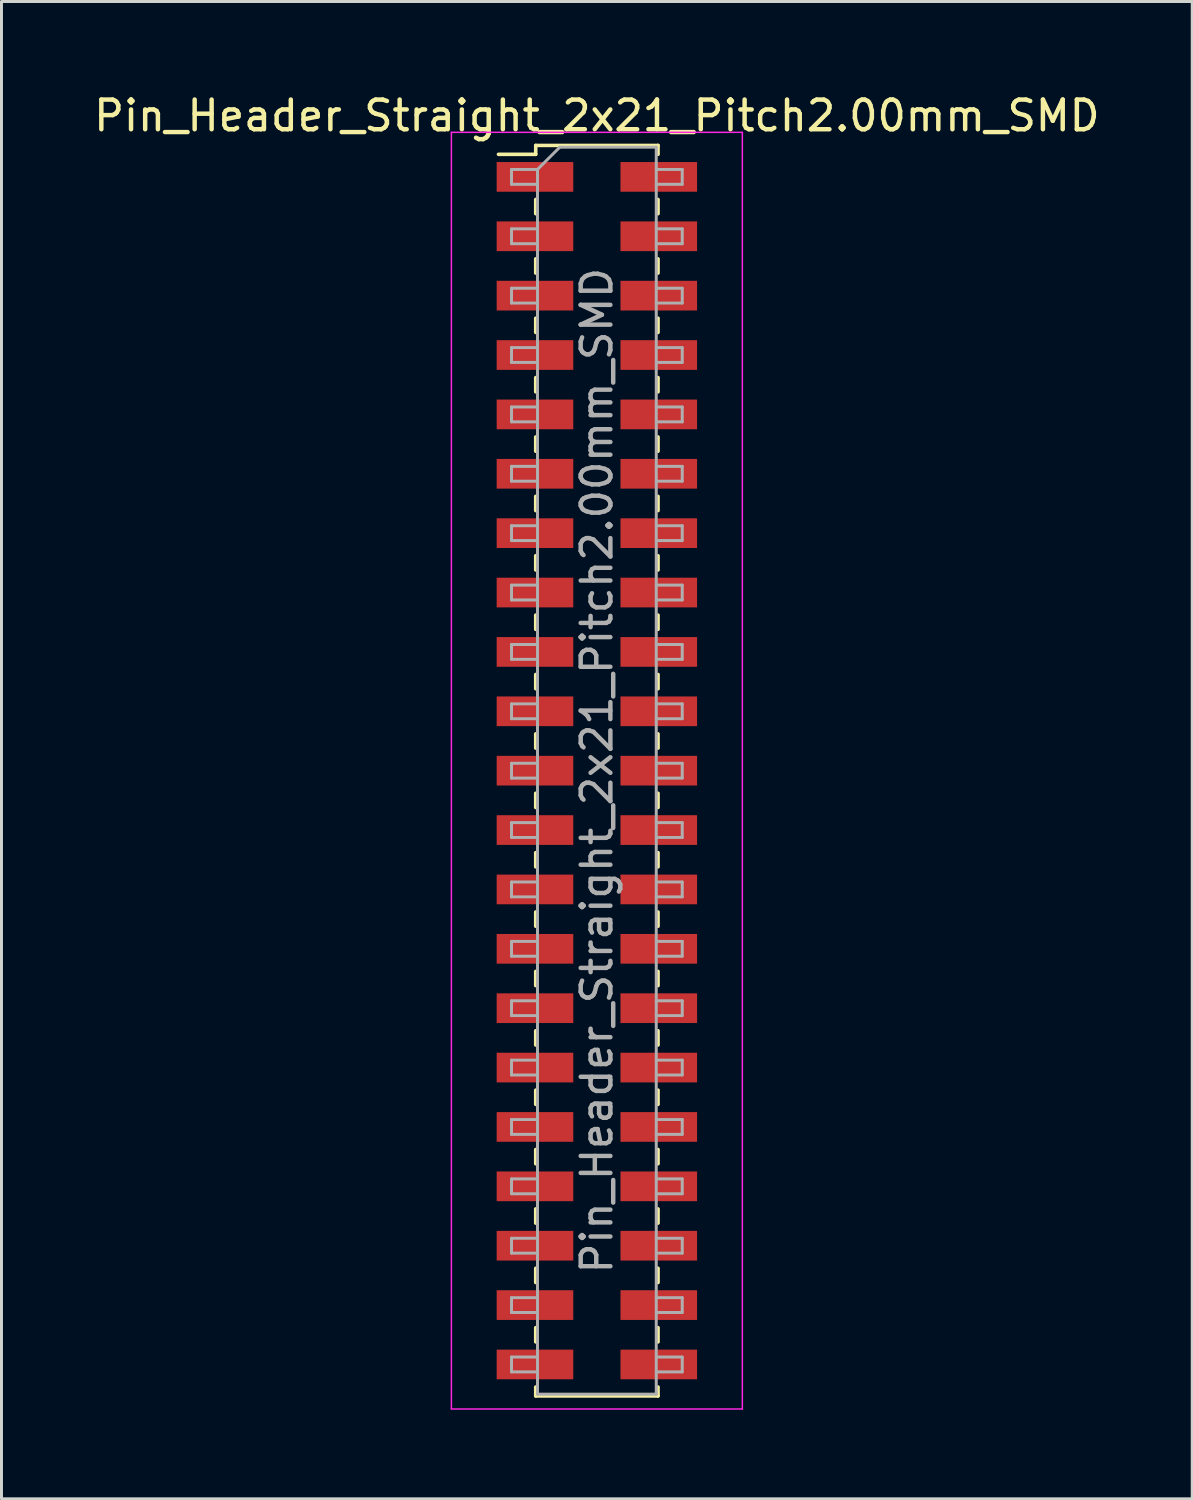
<source format=kicad_pcb>
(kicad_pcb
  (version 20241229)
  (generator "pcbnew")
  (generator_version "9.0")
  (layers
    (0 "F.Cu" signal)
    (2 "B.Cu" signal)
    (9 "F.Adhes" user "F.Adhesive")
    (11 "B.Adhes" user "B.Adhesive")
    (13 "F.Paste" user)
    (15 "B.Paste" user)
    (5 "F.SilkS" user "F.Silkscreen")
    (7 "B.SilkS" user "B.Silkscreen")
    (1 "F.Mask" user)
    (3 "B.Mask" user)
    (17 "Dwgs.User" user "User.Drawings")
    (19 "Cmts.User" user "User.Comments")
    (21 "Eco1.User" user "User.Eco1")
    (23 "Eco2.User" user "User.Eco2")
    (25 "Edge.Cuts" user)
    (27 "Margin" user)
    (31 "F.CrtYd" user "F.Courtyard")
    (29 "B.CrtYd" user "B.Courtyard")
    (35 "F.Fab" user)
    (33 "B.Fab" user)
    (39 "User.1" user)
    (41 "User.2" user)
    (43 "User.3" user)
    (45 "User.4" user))
  (footprint "Pin_Header_Straight_2x21_Pitch2.00mm_SMD"
    (layer "F.Cu")
    (at 17.054 22.908)
    (property "Reference" "Pin_Header_Straight_2x21_Pitch2.00mm_SMD" (at 0 -22.06 0) (layer "F.SilkS") (effects (font (size 1 1) (thickness 0.15))))
    (attr smd)
    (fp_line (start -3.315 -20.76) (end -2.06 -20.76) (stroke (width 0.12) (type solid)) (layer "F.SilkS"))
    (fp_line (start -2.06 -21.06) (end -2.06 -20.76) (stroke (width 0.12) (type solid)) (layer "F.SilkS"))
    (fp_line (start -2.06 -21.06) (end 2.06 -21.06) (stroke (width 0.12) (type solid)) (layer "F.SilkS"))
    (fp_line (start -2.06 -19.24) (end -2.06 -18.76) (stroke (width 0.12) (type solid)) (layer "F.SilkS"))
    (fp_line (start -2.06 -17.24) (end -2.06 -16.76) (stroke (width 0.12) (type solid)) (layer "F.SilkS"))
    (fp_line (start -2.06 -15.24) (end -2.06 -14.76) (stroke (width 0.12) (type solid)) (layer "F.SilkS"))
    (fp_line (start -2.06 -13.24) (end -2.06 -12.76) (stroke (width 0.12) (type solid)) (layer "F.SilkS"))
    (fp_line (start -2.06 -11.24) (end -2.06 -10.76) (stroke (width 0.12) (type solid)) (layer "F.SilkS"))
    (fp_line (start -2.06 -9.24) (end -2.06 -8.76) (stroke (width 0.12) (type solid)) (layer "F.SilkS"))
    (fp_line (start -2.06 -7.24) (end -2.06 -6.76) (stroke (width 0.12) (type solid)) (layer "F.SilkS"))
    (fp_line (start -2.06 -5.24) (end -2.06 -4.76) (stroke (width 0.12) (type solid)) (layer "F.SilkS"))
    (fp_line (start -2.06 -3.24) (end -2.06 -2.76) (stroke (width 0.12) (type solid)) (layer "F.SilkS"))
    (fp_line (start -2.06 -1.24) (end -2.06 -0.76) (stroke (width 0.12) (type solid)) (layer "F.SilkS"))
    (fp_line (start -2.06 0.76) (end -2.06 1.24) (stroke (width 0.12) (type solid)) (layer "F.SilkS"))
    (fp_line (start -2.06 2.76) (end -2.06 3.24) (stroke (width 0.12) (type solid)) (layer "F.SilkS"))
    (fp_line (start -2.06 4.76) (end -2.06 5.24) (stroke (width 0.12) (type solid)) (layer "F.SilkS"))
    (fp_line (start -2.06 6.76) (end -2.06 7.24) (stroke (width 0.12) (type solid)) (layer "F.SilkS"))
    (fp_line (start -2.06 8.76) (end -2.06 9.24) (stroke (width 0.12) (type solid)) (layer "F.SilkS"))
    (fp_line (start -2.06 10.76) (end -2.06 11.24) (stroke (width 0.12) (type solid)) (layer "F.SilkS"))
    (fp_line (start -2.06 12.76) (end -2.06 13.24) (stroke (width 0.12) (type solid)) (layer "F.SilkS"))
    (fp_line (start -2.06 14.76) (end -2.06 15.24) (stroke (width 0.12) (type solid)) (layer "F.SilkS"))
    (fp_line (start -2.06 16.76) (end -2.06 17.24) (stroke (width 0.12) (type solid)) (layer "F.SilkS"))
    (fp_line (start -2.06 18.76) (end -2.06 19.24) (stroke (width 0.12) (type solid)) (layer "F.SilkS"))
    (fp_line (start -2.06 20.76) (end -2.06 21.06) (stroke (width 0.12) (type solid)) (layer "F.SilkS"))
    (fp_line (start -2.06 21.06) (end 2.06 21.06) (stroke (width 0.12) (type solid)) (layer "F.SilkS"))
    (fp_line (start 2.06 -21.06) (end 2.06 -20.76) (stroke (width 0.12) (type solid)) (layer "F.SilkS"))
    (fp_line (start 2.06 -19.24) (end 2.06 -18.76) (stroke (width 0.12) (type solid)) (layer "F.SilkS"))
    (fp_line (start 2.06 -17.24) (end 2.06 -16.76) (stroke (width 0.12) (type solid)) (layer "F.SilkS"))
    (fp_line (start 2.06 -15.24) (end 2.06 -14.76) (stroke (width 0.12) (type solid)) (layer "F.SilkS"))
    (fp_line (start 2.06 -13.24) (end 2.06 -12.76) (stroke (width 0.12) (type solid)) (layer "F.SilkS"))
    (fp_line (start 2.06 -11.24) (end 2.06 -10.76) (stroke (width 0.12) (type solid)) (layer "F.SilkS"))
    (fp_line (start 2.06 -9.24) (end 2.06 -8.76) (stroke (width 0.12) (type solid)) (layer "F.SilkS"))
    (fp_line (start 2.06 -7.24) (end 2.06 -6.76) (stroke (width 0.12) (type solid)) (layer "F.SilkS"))
    (fp_line (start 2.06 -5.24) (end 2.06 -4.76) (stroke (width 0.12) (type solid)) (layer "F.SilkS"))
    (fp_line (start 2.06 -3.24) (end 2.06 -2.76) (stroke (width 0.12) (type solid)) (layer "F.SilkS"))
    (fp_line (start 2.06 -1.24) (end 2.06 -0.76) (stroke (width 0.12) (type solid)) (layer "F.SilkS"))
    (fp_line (start 2.06 0.76) (end 2.06 1.24) (stroke (width 0.12) (type solid)) (layer "F.SilkS"))
    (fp_line (start 2.06 2.76) (end 2.06 3.24) (stroke (width 0.12) (type solid)) (layer "F.SilkS"))
    (fp_line (start 2.06 4.76) (end 2.06 5.24) (stroke (width 0.12) (type solid)) (layer "F.SilkS"))
    (fp_line (start 2.06 6.76) (end 2.06 7.24) (stroke (width 0.12) (type solid)) (layer "F.SilkS"))
    (fp_line (start 2.06 8.76) (end 2.06 9.24) (stroke (width 0.12) (type solid)) (layer "F.SilkS"))
    (fp_line (start 2.06 10.76) (end 2.06 11.24) (stroke (width 0.12) (type solid)) (layer "F.SilkS"))
    (fp_line (start 2.06 12.76) (end 2.06 13.24) (stroke (width 0.12) (type solid)) (layer "F.SilkS"))
    (fp_line (start 2.06 14.76) (end 2.06 15.24) (stroke (width 0.12) (type solid)) (layer "F.SilkS"))
    (fp_line (start 2.06 16.76) (end 2.06 17.24) (stroke (width 0.12) (type solid)) (layer "F.SilkS"))
    (fp_line (start 2.06 18.76) (end 2.06 19.24) (stroke (width 0.12) (type solid)) (layer "F.SilkS"))
    (fp_line (start 2.06 20.76) (end 2.06 21.06) (stroke (width 0.12) (type solid)) (layer "F.SilkS"))
    (fp_line (start -4.9 -21.5) (end -4.9 21.5) (stroke (width 0.05) (type solid)) (layer "F.CrtYd"))
    (fp_line (start -4.9 21.5) (end 4.9 21.5) (stroke (width 0.05) (type solid)) (layer "F.CrtYd"))
    (fp_line (start 4.9 -21.5) (end -4.9 -21.5) (stroke (width 0.05) (type solid)) (layer "F.CrtYd"))
    (fp_line (start 4.9 21.5) (end 4.9 -21.5) (stroke (width 0.05) (type solid)) (layer "F.CrtYd"))
    (fp_line (start -2.875 -20.25) (end -2.875 -19.75) (stroke (width 0.1) (type solid)) (layer "F.Fab"))
    (fp_line (start -2.875 -19.75) (end -2 -19.75) (stroke (width 0.1) (type solid)) (layer "F.Fab"))
    (fp_line (start -2.875 -18.25) (end -2.875 -17.75) (stroke (width 0.1) (type solid)) (layer "F.Fab"))
    (fp_line (start -2.875 -17.75) (end -2 -17.75) (stroke (width 0.1) (type solid)) (layer "F.Fab"))
    (fp_line (start -2.875 -16.25) (end -2.875 -15.75) (stroke (width 0.1) (type solid)) (layer "F.Fab"))
    (fp_line (start -2.875 -15.75) (end -2 -15.75) (stroke (width 0.1) (type solid)) (layer "F.Fab"))
    (fp_line (start -2.875 -14.25) (end -2.875 -13.75) (stroke (width 0.1) (type solid)) (layer "F.Fab"))
    (fp_line (start -2.875 -13.75) (end -2 -13.75) (stroke (width 0.1) (type solid)) (layer "F.Fab"))
    (fp_line (start -2.875 -12.25) (end -2.875 -11.75) (stroke (width 0.1) (type solid)) (layer "F.Fab"))
    (fp_line (start -2.875 -11.75) (end -2 -11.75) (stroke (width 0.1) (type solid)) (layer "F.Fab"))
    (fp_line (start -2.875 -10.25) (end -2.875 -9.75) (stroke (width 0.1) (type solid)) (layer "F.Fab"))
    (fp_line (start -2.875 -9.75) (end -2 -9.75) (stroke (width 0.1) (type solid)) (layer "F.Fab"))
    (fp_line (start -2.875 -8.25) (end -2.875 -7.75) (stroke (width 0.1) (type solid)) (layer "F.Fab"))
    (fp_line (start -2.875 -7.75) (end -2 -7.75) (stroke (width 0.1) (type solid)) (layer "F.Fab"))
    (fp_line (start -2.875 -6.25) (end -2.875 -5.75) (stroke (width 0.1) (type solid)) (layer "F.Fab"))
    (fp_line (start -2.875 -5.75) (end -2 -5.75) (stroke (width 0.1) (type solid)) (layer "F.Fab"))
    (fp_line (start -2.875 -4.25) (end -2.875 -3.75) (stroke (width 0.1) (type solid)) (layer "F.Fab"))
    (fp_line (start -2.875 -3.75) (end -2 -3.75) (stroke (width 0.1) (type solid)) (layer "F.Fab"))
    (fp_line (start -2.875 -2.25) (end -2.875 -1.75) (stroke (width 0.1) (type solid)) (layer "F.Fab"))
    (fp_line (start -2.875 -1.75) (end -2 -1.75) (stroke (width 0.1) (type solid)) (layer "F.Fab"))
    (fp_line (start -2.875 -0.25) (end -2.875 0.25) (stroke (width 0.1) (type solid)) (layer "F.Fab"))
    (fp_line (start -2.875 0.25) (end -2 0.25) (stroke (width 0.1) (type solid)) (layer "F.Fab"))
    (fp_line (start -2.875 1.75) (end -2.875 2.25) (stroke (width 0.1) (type solid)) (layer "F.Fab"))
    (fp_line (start -2.875 2.25) (end -2 2.25) (stroke (width 0.1) (type solid)) (layer "F.Fab"))
    (fp_line (start -2.875 3.75) (end -2.875 4.25) (stroke (width 0.1) (type solid)) (layer "F.Fab"))
    (fp_line (start -2.875 4.25) (end -2 4.25) (stroke (width 0.1) (type solid)) (layer "F.Fab"))
    (fp_line (start -2.875 5.75) (end -2.875 6.25) (stroke (width 0.1) (type solid)) (layer "F.Fab"))
    (fp_line (start -2.875 6.25) (end -2 6.25) (stroke (width 0.1) (type solid)) (layer "F.Fab"))
    (fp_line (start -2.875 7.75) (end -2.875 8.25) (stroke (width 0.1) (type solid)) (layer "F.Fab"))
    (fp_line (start -2.875 8.25) (end -2 8.25) (stroke (width 0.1) (type solid)) (layer "F.Fab"))
    (fp_line (start -2.875 9.75) (end -2.875 10.25) (stroke (width 0.1) (type solid)) (layer "F.Fab"))
    (fp_line (start -2.875 10.25) (end -2 10.25) (stroke (width 0.1) (type solid)) (layer "F.Fab"))
    (fp_line (start -2.875 11.75) (end -2.875 12.25) (stroke (width 0.1) (type solid)) (layer "F.Fab"))
    (fp_line (start -2.875 12.25) (end -2 12.25) (stroke (width 0.1) (type solid)) (layer "F.Fab"))
    (fp_line (start -2.875 13.75) (end -2.875 14.25) (stroke (width 0.1) (type solid)) (layer "F.Fab"))
    (fp_line (start -2.875 14.25) (end -2 14.25) (stroke (width 0.1) (type solid)) (layer "F.Fab"))
    (fp_line (start -2.875 15.75) (end -2.875 16.25) (stroke (width 0.1) (type solid)) (layer "F.Fab"))
    (fp_line (start -2.875 16.25) (end -2 16.25) (stroke (width 0.1) (type solid)) (layer "F.Fab"))
    (fp_line (start -2.875 17.75) (end -2.875 18.25) (stroke (width 0.1) (type solid)) (layer "F.Fab"))
    (fp_line (start -2.875 18.25) (end -2 18.25) (stroke (width 0.1) (type solid)) (layer "F.Fab"))
    (fp_line (start -2.875 19.75) (end -2.875 20.25) (stroke (width 0.1) (type solid)) (layer "F.Fab"))
    (fp_line (start -2.875 20.25) (end -2 20.25) (stroke (width 0.1) (type solid)) (layer "F.Fab"))
    (fp_line (start -2 -20.25) (end -2.875 -20.25) (stroke (width 0.1) (type solid)) (layer "F.Fab"))
    (fp_line (start -2 -20.25) (end -1.25 -21) (stroke (width 0.1) (type solid)) (layer "F.Fab"))
    (fp_line (start -2 -18.25) (end -2.875 -18.25) (stroke (width 0.1) (type solid)) (layer "F.Fab"))
    (fp_line (start -2 -16.25) (end -2.875 -16.25) (stroke (width 0.1) (type solid)) (layer "F.Fab"))
    (fp_line (start -2 -14.25) (end -2.875 -14.25) (stroke (width 0.1) (type solid)) (layer "F.Fab"))
    (fp_line (start -2 -12.25) (end -2.875 -12.25) (stroke (width 0.1) (type solid)) (layer "F.Fab"))
    (fp_line (start -2 -10.25) (end -2.875 -10.25) (stroke (width 0.1) (type solid)) (layer "F.Fab"))
    (fp_line (start -2 -8.25) (end -2.875 -8.25) (stroke (width 0.1) (type solid)) (layer "F.Fab"))
    (fp_line (start -2 -6.25) (end -2.875 -6.25) (stroke (width 0.1) (type solid)) (layer "F.Fab"))
    (fp_line (start -2 -4.25) (end -2.875 -4.25) (stroke (width 0.1) (type solid)) (layer "F.Fab"))
    (fp_line (start -2 -2.25) (end -2.875 -2.25) (stroke (width 0.1) (type solid)) (layer "F.Fab"))
    (fp_line (start -2 -0.25) (end -2.875 -0.25) (stroke (width 0.1) (type solid)) (layer "F.Fab"))
    (fp_line (start -2 1.75) (end -2.875 1.75) (stroke (width 0.1) (type solid)) (layer "F.Fab"))
    (fp_line (start -2 3.75) (end -2.875 3.75) (stroke (width 0.1) (type solid)) (layer "F.Fab"))
    (fp_line (start -2 5.75) (end -2.875 5.75) (stroke (width 0.1) (type solid)) (layer "F.Fab"))
    (fp_line (start -2 7.75) (end -2.875 7.75) (stroke (width 0.1) (type solid)) (layer "F.Fab"))
    (fp_line (start -2 9.75) (end -2.875 9.75) (stroke (width 0.1) (type solid)) (layer "F.Fab"))
    (fp_line (start -2 11.75) (end -2.875 11.75) (stroke (width 0.1) (type solid)) (layer "F.Fab"))
    (fp_line (start -2 13.75) (end -2.875 13.75) (stroke (width 0.1) (type solid)) (layer "F.Fab"))
    (fp_line (start -2 15.75) (end -2.875 15.75) (stroke (width 0.1) (type solid)) (layer "F.Fab"))
    (fp_line (start -2 17.75) (end -2.875 17.75) (stroke (width 0.1) (type solid)) (layer "F.Fab"))
    (fp_line (start -2 19.75) (end -2.875 19.75) (stroke (width 0.1) (type solid)) (layer "F.Fab"))
    (fp_line (start -2 21) (end -2 -20.25) (stroke (width 0.1) (type solid)) (layer "F.Fab"))
    (fp_line (start -1.25 -21) (end 2 -21) (stroke (width 0.1) (type solid)) (layer "F.Fab"))
    (fp_line (start 2 -21) (end 2 21) (stroke (width 0.1) (type solid)) (layer "F.Fab"))
    (fp_line (start 2 -20.25) (end 2.875 -20.25) (stroke (width 0.1) (type solid)) (layer "F.Fab"))
    (fp_line (start 2 -18.25) (end 2.875 -18.25) (stroke (width 0.1) (type solid)) (layer "F.Fab"))
    (fp_line (start 2 -16.25) (end 2.875 -16.25) (stroke (width 0.1) (type solid)) (layer "F.Fab"))
    (fp_line (start 2 -14.25) (end 2.875 -14.25) (stroke (width 0.1) (type solid)) (layer "F.Fab"))
    (fp_line (start 2 -12.25) (end 2.875 -12.25) (stroke (width 0.1) (type solid)) (layer "F.Fab"))
    (fp_line (start 2 -10.25) (end 2.875 -10.25) (stroke (width 0.1) (type solid)) (layer "F.Fab"))
    (fp_line (start 2 -8.25) (end 2.875 -8.25) (stroke (width 0.1) (type solid)) (layer "F.Fab"))
    (fp_line (start 2 -6.25) (end 2.875 -6.25) (stroke (width 0.1) (type solid)) (layer "F.Fab"))
    (fp_line (start 2 -4.25) (end 2.875 -4.25) (stroke (width 0.1) (type solid)) (layer "F.Fab"))
    (fp_line (start 2 -2.25) (end 2.875 -2.25) (stroke (width 0.1) (type solid)) (layer "F.Fab"))
    (fp_line (start 2 -0.25) (end 2.875 -0.25) (stroke (width 0.1) (type solid)) (layer "F.Fab"))
    (fp_line (start 2 1.75) (end 2.875 1.75) (stroke (width 0.1) (type solid)) (layer "F.Fab"))
    (fp_line (start 2 3.75) (end 2.875 3.75) (stroke (width 0.1) (type solid)) (layer "F.Fab"))
    (fp_line (start 2 5.75) (end 2.875 5.75) (stroke (width 0.1) (type solid)) (layer "F.Fab"))
    (fp_line (start 2 7.75) (end 2.875 7.75) (stroke (width 0.1) (type solid)) (layer "F.Fab"))
    (fp_line (start 2 9.75) (end 2.875 9.75) (stroke (width 0.1) (type solid)) (layer "F.Fab"))
    (fp_line (start 2 11.75) (end 2.875 11.75) (stroke (width 0.1) (type solid)) (layer "F.Fab"))
    (fp_line (start 2 13.75) (end 2.875 13.75) (stroke (width 0.1) (type solid)) (layer "F.Fab"))
    (fp_line (start 2 15.75) (end 2.875 15.75) (stroke (width 0.1) (type solid)) (layer "F.Fab"))
    (fp_line (start 2 17.75) (end 2.875 17.75) (stroke (width 0.1) (type solid)) (layer "F.Fab"))
    (fp_line (start 2 19.75) (end 2.875 19.75) (stroke (width 0.1) (type solid)) (layer "F.Fab"))
    (fp_line (start 2 21) (end -2 21) (stroke (width 0.1) (type solid)) (layer "F.Fab"))
    (fp_line (start 2.875 -20.25) (end 2.875 -19.75) (stroke (width 0.1) (type solid)) (layer "F.Fab"))
    (fp_line (start 2.875 -19.75) (end 2 -19.75) (stroke (width 0.1) (type solid)) (layer "F.Fab"))
    (fp_line (start 2.875 -18.25) (end 2.875 -17.75) (stroke (width 0.1) (type solid)) (layer "F.Fab"))
    (fp_line (start 2.875 -17.75) (end 2 -17.75) (stroke (width 0.1) (type solid)) (layer "F.Fab"))
    (fp_line (start 2.875 -16.25) (end 2.875 -15.75) (stroke (width 0.1) (type solid)) (layer "F.Fab"))
    (fp_line (start 2.875 -15.75) (end 2 -15.75) (stroke (width 0.1) (type solid)) (layer "F.Fab"))
    (fp_line (start 2.875 -14.25) (end 2.875 -13.75) (stroke (width 0.1) (type solid)) (layer "F.Fab"))
    (fp_line (start 2.875 -13.75) (end 2 -13.75) (stroke (width 0.1) (type solid)) (layer "F.Fab"))
    (fp_line (start 2.875 -12.25) (end 2.875 -11.75) (stroke (width 0.1) (type solid)) (layer "F.Fab"))
    (fp_line (start 2.875 -11.75) (end 2 -11.75) (stroke (width 0.1) (type solid)) (layer "F.Fab"))
    (fp_line (start 2.875 -10.25) (end 2.875 -9.75) (stroke (width 0.1) (type solid)) (layer "F.Fab"))
    (fp_line (start 2.875 -9.75) (end 2 -9.75) (stroke (width 0.1) (type solid)) (layer "F.Fab"))
    (fp_line (start 2.875 -8.25) (end 2.875 -7.75) (stroke (width 0.1) (type solid)) (layer "F.Fab"))
    (fp_line (start 2.875 -7.75) (end 2 -7.75) (stroke (width 0.1) (type solid)) (layer "F.Fab"))
    (fp_line (start 2.875 -6.25) (end 2.875 -5.75) (stroke (width 0.1) (type solid)) (layer "F.Fab"))
    (fp_line (start 2.875 -5.75) (end 2 -5.75) (stroke (width 0.1) (type solid)) (layer "F.Fab"))
    (fp_line (start 2.875 -4.25) (end 2.875 -3.75) (stroke (width 0.1) (type solid)) (layer "F.Fab"))
    (fp_line (start 2.875 -3.75) (end 2 -3.75) (stroke (width 0.1) (type solid)) (layer "F.Fab"))
    (fp_line (start 2.875 -2.25) (end 2.875 -1.75) (stroke (width 0.1) (type solid)) (layer "F.Fab"))
    (fp_line (start 2.875 -1.75) (end 2 -1.75) (stroke (width 0.1) (type solid)) (layer "F.Fab"))
    (fp_line (start 2.875 -0.25) (end 2.875 0.25) (stroke (width 0.1) (type solid)) (layer "F.Fab"))
    (fp_line (start 2.875 0.25) (end 2 0.25) (stroke (width 0.1) (type solid)) (layer "F.Fab"))
    (fp_line (start 2.875 1.75) (end 2.875 2.25) (stroke (width 0.1) (type solid)) (layer "F.Fab"))
    (fp_line (start 2.875 2.25) (end 2 2.25) (stroke (width 0.1) (type solid)) (layer "F.Fab"))
    (fp_line (start 2.875 3.75) (end 2.875 4.25) (stroke (width 0.1) (type solid)) (layer "F.Fab"))
    (fp_line (start 2.875 4.25) (end 2 4.25) (stroke (width 0.1) (type solid)) (layer "F.Fab"))
    (fp_line (start 2.875 5.75) (end 2.875 6.25) (stroke (width 0.1) (type solid)) (layer "F.Fab"))
    (fp_line (start 2.875 6.25) (end 2 6.25) (stroke (width 0.1) (type solid)) (layer "F.Fab"))
    (fp_line (start 2.875 7.75) (end 2.875 8.25) (stroke (width 0.1) (type solid)) (layer "F.Fab"))
    (fp_line (start 2.875 8.25) (end 2 8.25) (stroke (width 0.1) (type solid)) (layer "F.Fab"))
    (fp_line (start 2.875 9.75) (end 2.875 10.25) (stroke (width 0.1) (type solid)) (layer "F.Fab"))
    (fp_line (start 2.875 10.25) (end 2 10.25) (stroke (width 0.1) (type solid)) (layer "F.Fab"))
    (fp_line (start 2.875 11.75) (end 2.875 12.25) (stroke (width 0.1) (type solid)) (layer "F.Fab"))
    (fp_line (start 2.875 12.25) (end 2 12.25) (stroke (width 0.1) (type solid)) (layer "F.Fab"))
    (fp_line (start 2.875 13.75) (end 2.875 14.25) (stroke (width 0.1) (type solid)) (layer "F.Fab"))
    (fp_line (start 2.875 14.25) (end 2 14.25) (stroke (width 0.1) (type solid)) (layer "F.Fab"))
    (fp_line (start 2.875 15.75) (end 2.875 16.25) (stroke (width 0.1) (type solid)) (layer "F.Fab"))
    (fp_line (start 2.875 16.25) (end 2 16.25) (stroke (width 0.1) (type solid)) (layer "F.Fab"))
    (fp_line (start 2.875 17.75) (end 2.875 18.25) (stroke (width 0.1) (type solid)) (layer "F.Fab"))
    (fp_line (start 2.875 18.25) (end 2 18.25) (stroke (width 0.1) (type solid)) (layer "F.Fab"))
    (fp_line (start 2.875 19.75) (end 2.875 20.25) (stroke (width 0.1) (type solid)) (layer "F.Fab"))
    (fp_line (start 2.875 20.25) (end 2 20.25) (stroke (width 0.1) (type solid)) (layer "F.Fab"))
    (fp_text user "${REFERENCE}" (at 0 0 90) (layer "F.Fab") (effects (font (size 1 1) (thickness 0.15))))
    (pad "1" smd rect (at -2.085 -20) (size 2.58 1) (layers "F.Cu" "F.Mask" "F.Paste"))
    (pad "2" smd rect (at 2.085 -20) (size 2.58 1) (layers "F.Cu" "F.Mask" "F.Paste"))
    (pad "3" smd rect (at -2.085 -18) (size 2.58 1) (layers "F.Cu" "F.Mask" "F.Paste"))
    (pad "4" smd rect (at 2.085 -18) (size 2.58 1) (layers "F.Cu" "F.Mask" "F.Paste"))
    (pad "5" smd rect (at -2.085 -16) (size 2.58 1) (layers "F.Cu" "F.Mask" "F.Paste"))
    (pad "6" smd rect (at 2.085 -16) (size 2.58 1) (layers "F.Cu" "F.Mask" "F.Paste"))
    (pad "7" smd rect (at -2.085 -14) (size 2.58 1) (layers "F.Cu" "F.Mask" "F.Paste"))
    (pad "8" smd rect (at 2.085 -14) (size 2.58 1) (layers "F.Cu" "F.Mask" "F.Paste"))
    (pad "9" smd rect (at -2.085 -12) (size 2.58 1) (layers "F.Cu" "F.Mask" "F.Paste"))
    (pad "10" smd rect (at 2.085 -12) (size 2.58 1) (layers "F.Cu" "F.Mask" "F.Paste"))
    (pad "11" smd rect (at -2.085 -10) (size 2.58 1) (layers "F.Cu" "F.Mask" "F.Paste"))
    (pad "12" smd rect (at 2.085 -10) (size 2.58 1) (layers "F.Cu" "F.Mask" "F.Paste"))
    (pad "13" smd rect (at -2.085 -8) (size 2.58 1) (layers "F.Cu" "F.Mask" "F.Paste"))
    (pad "14" smd rect (at 2.085 -8) (size 2.58 1) (layers "F.Cu" "F.Mask" "F.Paste"))
    (pad "15" smd rect (at -2.085 -6) (size 2.58 1) (layers "F.Cu" "F.Mask" "F.Paste"))
    (pad "16" smd rect (at 2.085 -6) (size 2.58 1) (layers "F.Cu" "F.Mask" "F.Paste"))
    (pad "17" smd rect (at -2.085 -4) (size 2.58 1) (layers "F.Cu" "F.Mask" "F.Paste"))
    (pad "18" smd rect (at 2.085 -4) (size 2.58 1) (layers "F.Cu" "F.Mask" "F.Paste"))
    (pad "19" smd rect (at -2.085 -2) (size 2.58 1) (layers "F.Cu" "F.Mask" "F.Paste"))
    (pad "20" smd rect (at 2.085 -2) (size 2.58 1) (layers "F.Cu" "F.Mask" "F.Paste"))
    (pad "21" smd rect (at -2.085 0) (size 2.58 1) (layers "F.Cu" "F.Mask" "F.Paste"))
    (pad "22" smd rect (at 2.085 0) (size 2.58 1) (layers "F.Cu" "F.Mask" "F.Paste"))
    (pad "23" smd rect (at -2.085 2) (size 2.58 1) (layers "F.Cu" "F.Mask" "F.Paste"))
    (pad "24" smd rect (at 2.085 2) (size 2.58 1) (layers "F.Cu" "F.Mask" "F.Paste"))
    (pad "25" smd rect (at -2.085 4) (size 2.58 1) (layers "F.Cu" "F.Mask" "F.Paste"))
    (pad "26" smd rect (at 2.085 4) (size 2.58 1) (layers "F.Cu" "F.Mask" "F.Paste"))
    (pad "27" smd rect (at -2.085 6) (size 2.58 1) (layers "F.Cu" "F.Mask" "F.Paste"))
    (pad "28" smd rect (at 2.085 6) (size 2.58 1) (layers "F.Cu" "F.Mask" "F.Paste"))
    (pad "29" smd rect (at -2.085 8) (size 2.58 1) (layers "F.Cu" "F.Mask" "F.Paste"))
    (pad "30" smd rect (at 2.085 8) (size 2.58 1) (layers "F.Cu" "F.Mask" "F.Paste"))
    (pad "31" smd rect (at -2.085 10) (size 2.58 1) (layers "F.Cu" "F.Mask" "F.Paste"))
    (pad "32" smd rect (at 2.085 10) (size 2.58 1) (layers "F.Cu" "F.Mask" "F.Paste"))
    (pad "33" smd rect (at -2.085 12) (size 2.58 1) (layers "F.Cu" "F.Mask" "F.Paste"))
    (pad "34" smd rect (at 2.085 12) (size 2.58 1) (layers "F.Cu" "F.Mask" "F.Paste"))
    (pad "35" smd rect (at -2.085 14) (size 2.58 1) (layers "F.Cu" "F.Mask" "F.Paste"))
    (pad "36" smd rect (at 2.085 14) (size 2.58 1) (layers "F.Cu" "F.Mask" "F.Paste"))
    (pad "37" smd rect (at -2.085 16) (size 2.58 1) (layers "F.Cu" "F.Mask" "F.Paste"))
    (pad "38" smd rect (at 2.085 16) (size 2.58 1) (layers "F.Cu" "F.Mask" "F.Paste"))
    (pad "39" smd rect (at -2.085 18) (size 2.58 1) (layers "F.Cu" "F.Mask" "F.Paste"))
    (pad "40" smd rect (at 2.085 18) (size 2.58 1) (layers "F.Cu" "F.Mask" "F.Paste"))
    (pad "41" smd rect (at -2.085 20) (size 2.58 1) (layers "F.Cu" "F.Mask" "F.Paste"))
    (pad "42" smd rect (at 2.085 20) (size 2.58 1) (layers "F.Cu" "F.Mask" "F.Paste")))
  (gr_rect
    (start -3 -3)
    (end 37.107 47.433)
    (stroke (width 0.1) (type default))
    (fill no)
    (layer "Edge.Cuts")))
</source>
